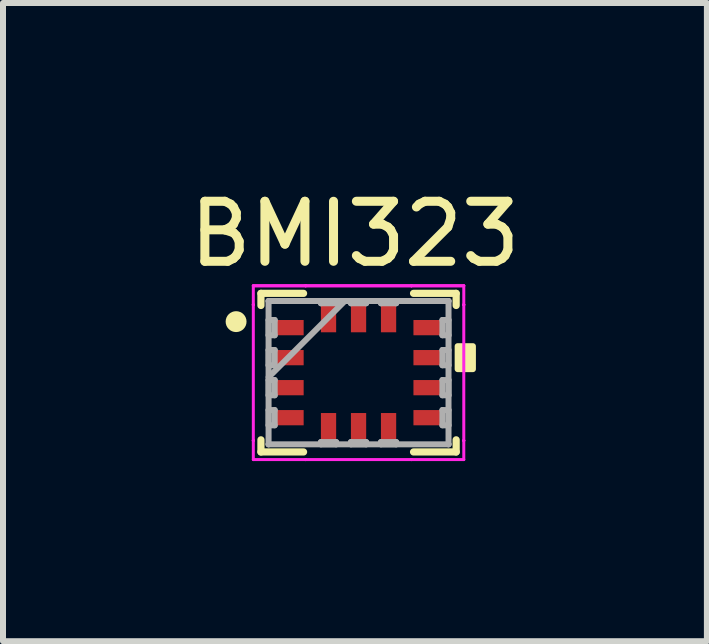
<source format=kicad_pcb>
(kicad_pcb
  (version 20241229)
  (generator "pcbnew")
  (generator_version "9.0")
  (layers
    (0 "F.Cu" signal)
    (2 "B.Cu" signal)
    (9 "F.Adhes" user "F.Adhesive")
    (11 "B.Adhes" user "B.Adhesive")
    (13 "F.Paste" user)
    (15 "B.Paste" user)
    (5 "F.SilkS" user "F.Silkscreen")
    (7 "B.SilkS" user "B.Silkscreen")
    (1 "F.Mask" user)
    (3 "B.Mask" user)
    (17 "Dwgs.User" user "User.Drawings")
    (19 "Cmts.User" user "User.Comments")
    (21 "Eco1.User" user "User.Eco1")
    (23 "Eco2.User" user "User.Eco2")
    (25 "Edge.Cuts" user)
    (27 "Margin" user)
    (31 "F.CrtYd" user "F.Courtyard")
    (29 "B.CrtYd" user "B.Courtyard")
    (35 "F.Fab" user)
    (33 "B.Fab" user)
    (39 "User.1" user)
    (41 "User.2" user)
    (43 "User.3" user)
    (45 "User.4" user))
  (footprint "BMI323"
    (layer "F.Cu")
    (at 2.923 3.158)
    (property "Reference" "BMI323" (at -0.06 -2.31 0) (layer "F.SilkS") (effects (font (size 1 1) (thickness 0.15))))
    (attr through_hole)
    (fp_line (start -1.626 -1.321) (end -1.626 -1.119) (stroke (width 0.12) (type solid)) (layer "F.SilkS"))
    (fp_line (start -1.626 1.119) (end -1.626 1.321) (stroke (width 0.12) (type solid)) (layer "F.SilkS"))
    (fp_line (start -1.626 1.321) (end -0.916 1.321) (stroke (width 0.12) (type solid)) (layer "F.SilkS"))
    (fp_line (start -0.916 -1.321) (end -1.626 -1.321) (stroke (width 0.12) (type solid)) (layer "F.SilkS"))
    (fp_line (start 0.916 1.321) (end 1.626 1.321) (stroke (width 0.12) (type solid)) (layer "F.SilkS"))
    (fp_line (start 1.626 -1.321) (end 0.916 -1.321) (stroke (width 0.12) (type solid)) (layer "F.SilkS"))
    (fp_line (start 1.626 -1.119) (end 1.626 -1.321) (stroke (width 0.12) (type solid)) (layer "F.SilkS"))
    (fp_line (start 1.626 1.321) (end 1.626 1.119) (stroke (width 0.12) (type solid)) (layer "F.SilkS"))
    (fp_circle (center -2.04 -0.85) (end -1.926 -0.85) (stroke (width 0.12) (type solid)) (fill yes) (layer "F.SilkS"))
    (fp_poly (pts (xy 1.905 -0.441) (xy 1.905 -0.059) (xy 1.651 -0.059) (xy 1.651 -0.441)) (stroke (width 0.1) (type solid)) (fill yes) (layer "F.SilkS"))
    (fp_line (start -1.753 -1.448) (end -0.881 -1.448) (stroke (width 0.05) (type solid)) (layer "F.CrtYd"))
    (fp_line (start -1.753 -1.448) (end -0.881 -1.448) (stroke (width 0.05) (type solid)) (layer "F.CrtYd"))
    (fp_line (start -1.753 -1.131) (end -1.753 -1.448) (stroke (width 0.05) (type solid)) (layer "F.CrtYd"))
    (fp_line (start -1.753 -1.131) (end -1.753 -1.131) (stroke (width 0.05) (type solid)) (layer "F.CrtYd"))
    (fp_line (start -1.753 -1.131) (end -1.753 -1.131) (stroke (width 0.05) (type solid)) (layer "F.CrtYd"))
    (fp_line (start -1.753 1.131) (end -1.753 -1.131) (stroke (width 0.05) (type solid)) (layer "F.CrtYd"))
    (fp_line (start -1.753 1.131) (end -1.753 1.131) (stroke (width 0.05) (type solid)) (layer "F.CrtYd"))
    (fp_line (start -1.753 1.131) (end -1.753 1.131) (stroke (width 0.05) (type solid)) (layer "F.CrtYd"))
    (fp_line (start -1.753 1.448) (end -1.753 1.131) (stroke (width 0.05) (type solid)) (layer "F.CrtYd"))
    (fp_line (start -0.881 -1.448) (end -0.881 -1.448) (stroke (width 0.05) (type solid)) (layer "F.CrtYd"))
    (fp_line (start -0.881 -1.448) (end -0.881 -1.448) (stroke (width 0.05) (type solid)) (layer "F.CrtYd"))
    (fp_line (start -0.881 -1.448) (end 0.881 -1.448) (stroke (width 0.05) (type solid)) (layer "F.CrtYd"))
    (fp_line (start -0.881 -1.448) (end 0.881 -1.448) (stroke (width 0.05) (type solid)) (layer "F.CrtYd"))
    (fp_line (start -0.881 1.448) (end -1.753 1.448) (stroke (width 0.05) (type solid)) (layer "F.CrtYd"))
    (fp_line (start -0.881 1.448) (end -0.881 1.448) (stroke (width 0.05) (type solid)) (layer "F.CrtYd"))
    (fp_line (start -0.881 1.448) (end -0.881 1.448) (stroke (width 0.05) (type solid)) (layer "F.CrtYd"))
    (fp_line (start 0.881 -1.448) (end 0.881 -1.448) (stroke (width 0.05) (type solid)) (layer "F.CrtYd"))
    (fp_line (start 0.881 -1.448) (end 0.881 -1.448) (stroke (width 0.05) (type solid)) (layer "F.CrtYd"))
    (fp_line (start 0.881 -1.448) (end 1.753 -1.448) (stroke (width 0.05) (type solid)) (layer "F.CrtYd"))
    (fp_line (start 0.881 -1.448) (end 1.753 -1.448) (stroke (width 0.05) (type solid)) (layer "F.CrtYd"))
    (fp_line (start 0.881 1.448) (end -0.881 1.448) (stroke (width 0.05) (type solid)) (layer "F.CrtYd"))
    (fp_line (start 0.881 1.448) (end 0.881 1.448) (stroke (width 0.05) (type solid)) (layer "F.CrtYd"))
    (fp_line (start 0.881 1.448) (end 0.881 1.448) (stroke (width 0.05) (type solid)) (layer "F.CrtYd"))
    (fp_line (start 1.753 -1.448) (end 1.753 -1.131) (stroke (width 0.05) (type solid)) (layer "F.CrtYd"))
    (fp_line (start 1.753 -1.131) (end 1.753 -1.131) (stroke (width 0.05) (type solid)) (layer "F.CrtYd"))
    (fp_line (start 1.753 -1.131) (end 1.753 -1.131) (stroke (width 0.05) (type solid)) (layer "F.CrtYd"))
    (fp_line (start 1.753 -1.131) (end 1.753 1.131) (stroke (width 0.05) (type solid)) (layer "F.CrtYd"))
    (fp_line (start 1.753 1.131) (end 1.753 1.131) (stroke (width 0.05) (type solid)) (layer "F.CrtYd"))
    (fp_line (start 1.753 1.131) (end 1.753 1.131) (stroke (width 0.05) (type solid)) (layer "F.CrtYd"))
    (fp_line (start 1.753 1.131) (end 1.753 1.448) (stroke (width 0.05) (type solid)) (layer "F.CrtYd"))
    (fp_line (start 1.753 1.448) (end 0.881 1.448) (stroke (width 0.05) (type solid)) (layer "F.CrtYd"))
    (fp_line (start -1.499 -1.194) (end -1.499 -1.194) (stroke (width 0.1) (type solid)) (layer "F.Fab"))
    (fp_line (start -1.499 -1.194) (end -1.499 1.194) (stroke (width 0.1) (type solid)) (layer "F.Fab"))
    (fp_line (start -1.499 -0.877) (end -1.397 -0.877) (stroke (width 0.1) (type solid)) (layer "F.Fab"))
    (fp_line (start -1.499 -0.623) (end -1.499 -0.877) (stroke (width 0.1) (type solid)) (layer "F.Fab"))
    (fp_line (start -1.499 -0.377) (end -1.397 -0.377) (stroke (width 0.1) (type solid)) (layer "F.Fab"))
    (fp_line (start -1.499 -0.123) (end -1.499 -0.377) (stroke (width 0.1) (type solid)) (layer "F.Fab"))
    (fp_line (start -1.499 0.076) (end -0.229 -1.194) (stroke (width 0.1) (type solid)) (layer "F.Fab"))
    (fp_line (start -1.499 0.123) (end -1.397 0.123) (stroke (width 0.1) (type solid)) (layer "F.Fab"))
    (fp_line (start -1.499 0.377) (end -1.499 0.123) (stroke (width 0.1) (type solid)) (layer "F.Fab"))
    (fp_line (start -1.499 0.623) (end -1.397 0.623) (stroke (width 0.1) (type solid)) (layer "F.Fab"))
    (fp_line (start -1.499 0.877) (end -1.499 0.623) (stroke (width 0.1) (type solid)) (layer "F.Fab"))
    (fp_line (start -1.499 1.194) (end -1.499 1.194) (stroke (width 0.1) (type solid)) (layer "F.Fab"))
    (fp_line (start -1.499 1.194) (end 1.499 1.194) (stroke (width 0.1) (type solid)) (layer "F.Fab"))
    (fp_line (start -1.397 -0.877) (end -1.397 -0.623) (stroke (width 0.1) (type solid)) (layer "F.Fab"))
    (fp_line (start -1.397 -0.623) (end -1.499 -0.623) (stroke (width 0.1) (type solid)) (layer "F.Fab"))
    (fp_line (start -1.397 -0.377) (end -1.397 -0.123) (stroke (width 0.1) (type solid)) (layer "F.Fab"))
    (fp_line (start -1.397 -0.123) (end -1.499 -0.123) (stroke (width 0.1) (type solid)) (layer "F.Fab"))
    (fp_line (start -1.397 0.123) (end -1.397 0.377) (stroke (width 0.1) (type solid)) (layer "F.Fab"))
    (fp_line (start -1.397 0.377) (end -1.499 0.377) (stroke (width 0.1) (type solid)) (layer "F.Fab"))
    (fp_line (start -1.397 0.623) (end -1.397 0.877) (stroke (width 0.1) (type solid)) (layer "F.Fab"))
    (fp_line (start -1.397 0.877) (end -1.499 0.877) (stroke (width 0.1) (type solid)) (layer "F.Fab"))
    (fp_line (start -0.627 -1.194) (end -0.373 -1.194) (stroke (width 0.1) (type solid)) (layer "F.Fab"))
    (fp_line (start -0.627 -1.156) (end -0.627 -1.194) (stroke (width 0.1) (type solid)) (layer "F.Fab"))
    (fp_line (start -0.627 1.156) (end -0.373 1.156) (stroke (width 0.1) (type solid)) (layer "F.Fab"))
    (fp_line (start -0.627 1.194) (end -0.627 1.156) (stroke (width 0.1) (type solid)) (layer "F.Fab"))
    (fp_line (start -0.373 -1.194) (end -0.373 -1.156) (stroke (width 0.1) (type solid)) (layer "F.Fab"))
    (fp_line (start -0.373 -1.156) (end -0.627 -1.156) (stroke (width 0.1) (type solid)) (layer "F.Fab"))
    (fp_line (start -0.373 1.156) (end -0.373 1.194) (stroke (width 0.1) (type solid)) (layer "F.Fab"))
    (fp_line (start -0.373 1.194) (end -0.627 1.194) (stroke (width 0.1) (type solid)) (layer "F.Fab"))
    (fp_line (start -0.127 -1.194) (end 0.127 -1.194) (stroke (width 0.1) (type solid)) (layer "F.Fab"))
    (fp_line (start -0.127 -1.156) (end -0.127 -1.194) (stroke (width 0.1) (type solid)) (layer "F.Fab"))
    (fp_line (start -0.127 1.156) (end 0.127 1.156) (stroke (width 0.1) (type solid)) (layer "F.Fab"))
    (fp_line (start -0.127 1.194) (end -0.127 1.156) (stroke (width 0.1) (type solid)) (layer "F.Fab"))
    (fp_line (start 0.127 -1.194) (end 0.127 -1.156) (stroke (width 0.1) (type solid)) (layer "F.Fab"))
    (fp_line (start 0.127 -1.156) (end -0.127 -1.156) (stroke (width 0.1) (type solid)) (layer "F.Fab"))
    (fp_line (start 0.127 1.156) (end 0.127 1.194) (stroke (width 0.1) (type solid)) (layer "F.Fab"))
    (fp_line (start 0.127 1.194) (end -0.127 1.194) (stroke (width 0.1) (type solid)) (layer "F.Fab"))
    (fp_line (start 0.373 -1.194) (end 0.627 -1.194) (stroke (width 0.1) (type solid)) (layer "F.Fab"))
    (fp_line (start 0.373 -1.156) (end 0.373 -1.194) (stroke (width 0.1) (type solid)) (layer "F.Fab"))
    (fp_line (start 0.373 1.156) (end 0.627 1.156) (stroke (width 0.1) (type solid)) (layer "F.Fab"))
    (fp_line (start 0.373 1.194) (end 0.373 1.156) (stroke (width 0.1) (type solid)) (layer "F.Fab"))
    (fp_line (start 0.627 -1.194) (end 0.627 -1.156) (stroke (width 0.1) (type solid)) (layer "F.Fab"))
    (fp_line (start 0.627 -1.156) (end 0.373 -1.156) (stroke (width 0.1) (type solid)) (layer "F.Fab"))
    (fp_line (start 0.627 1.156) (end 0.627 1.194) (stroke (width 0.1) (type solid)) (layer "F.Fab"))
    (fp_line (start 0.627 1.194) (end 0.373 1.194) (stroke (width 0.1) (type solid)) (layer "F.Fab"))
    (fp_line (start 1.397 -0.877) (end 1.499 -0.877) (stroke (width 0.1) (type solid)) (layer "F.Fab"))
    (fp_line (start 1.397 -0.623) (end 1.397 -0.877) (stroke (width 0.1) (type solid)) (layer "F.Fab"))
    (fp_line (start 1.397 -0.377) (end 1.499 -0.377) (stroke (width 0.1) (type solid)) (layer "F.Fab"))
    (fp_line (start 1.397 -0.123) (end 1.397 -0.377) (stroke (width 0.1) (type solid)) (layer "F.Fab"))
    (fp_line (start 1.397 0.123) (end 1.499 0.123) (stroke (width 0.1) (type solid)) (layer "F.Fab"))
    (fp_line (start 1.397 0.377) (end 1.397 0.123) (stroke (width 0.1) (type solid)) (layer "F.Fab"))
    (fp_line (start 1.397 0.623) (end 1.499 0.623) (stroke (width 0.1) (type solid)) (layer "F.Fab"))
    (fp_line (start 1.397 0.877) (end 1.397 0.623) (stroke (width 0.1) (type solid)) (layer "F.Fab"))
    (fp_line (start 1.499 -1.194) (end -1.499 -1.194) (stroke (width 0.1) (type solid)) (layer "F.Fab"))
    (fp_line (start 1.499 -1.194) (end 1.499 -1.194) (stroke (width 0.1) (type solid)) (layer "F.Fab"))
    (fp_line (start 1.499 -0.877) (end 1.499 -0.623) (stroke (width 0.1) (type solid)) (layer "F.Fab"))
    (fp_line (start 1.499 -0.623) (end 1.397 -0.623) (stroke (width 0.1) (type solid)) (layer "F.Fab"))
    (fp_line (start 1.499 -0.377) (end 1.499 -0.123) (stroke (width 0.1) (type solid)) (layer "F.Fab"))
    (fp_line (start 1.499 -0.123) (end 1.397 -0.123) (stroke (width 0.1) (type solid)) (layer "F.Fab"))
    (fp_line (start 1.499 0.123) (end 1.499 0.377) (stroke (width 0.1) (type solid)) (layer "F.Fab"))
    (fp_line (start 1.499 0.377) (end 1.397 0.377) (stroke (width 0.1) (type solid)) (layer "F.Fab"))
    (fp_line (start 1.499 0.623) (end 1.499 0.877) (stroke (width 0.1) (type solid)) (layer "F.Fab"))
    (fp_line (start 1.499 0.877) (end 1.397 0.877) (stroke (width 0.1) (type solid)) (layer "F.Fab"))
    (fp_line (start 1.499 1.194) (end 1.499 -1.194) (stroke (width 0.1) (type solid)) (layer "F.Fab"))
    (fp_line (start 1.499 1.194) (end 1.499 1.194) (stroke (width 0.1) (type solid)) (layer "F.Fab"))
    (pad "1" smd rect (at -1.156 -0.75 90) (size 0.254 0.483) (layers "F.Cu" "F.Mask" "F.Paste"))
    (pad "2" smd rect (at -1.156 -0.25 90) (size 0.254 0.483) (layers "F.Cu" "F.Mask" "F.Paste"))
    (pad "3" smd rect (at -1.156 0.25 90) (size 0.254 0.483) (layers "F.Cu" "F.Mask" "F.Paste"))
    (pad "4" smd rect (at -1.156 0.75 90) (size 0.254 0.483) (layers "F.Cu" "F.Mask" "F.Paste"))
    (pad "5" smd rect (at -0.5 0.914) (size 0.254 0.483) (layers "F.Cu" "F.Mask" "F.Paste"))
    (pad "6" smd rect (at 0 0.914) (size 0.254 0.483) (layers "F.Cu" "F.Mask" "F.Paste"))
    (pad "7" smd rect (at 0.5 0.914) (size 0.254 0.483) (layers "F.Cu" "F.Mask" "F.Paste"))
    (pad "8" smd rect (at 1.156 0.75 90) (size 0.254 0.483) (layers "F.Cu" "F.Mask" "F.Paste"))
    (pad "9" smd rect (at 1.156 0.25 90) (size 0.254 0.483) (layers "F.Cu" "F.Mask" "F.Paste"))
    (pad "10" smd rect (at 1.156 -0.25 90) (size 0.254 0.483) (layers "F.Cu" "F.Mask" "F.Paste"))
    (pad "11" smd rect (at 1.156 -0.75 90) (size 0.254 0.483) (layers "F.Cu" "F.Mask" "F.Paste"))
    (pad "12" smd rect (at 0.5 -0.914) (size 0.254 0.483) (layers "F.Cu" "F.Mask" "F.Paste"))
    (pad "13" smd rect (at 0 -0.914) (size 0.254 0.483) (layers "F.Cu" "F.Mask" "F.Paste"))
    (pad "14" smd rect (at -0.5 -0.914) (size 0.254 0.483) (layers "F.Cu" "F.Mask" "F.Paste")))
  (gr_rect
    (start -3 -3)
    (end 8.726 7.631)
    (stroke (width 0.1) (type default))
    (fill no)
    (layer "Edge.Cuts")))
</source>
